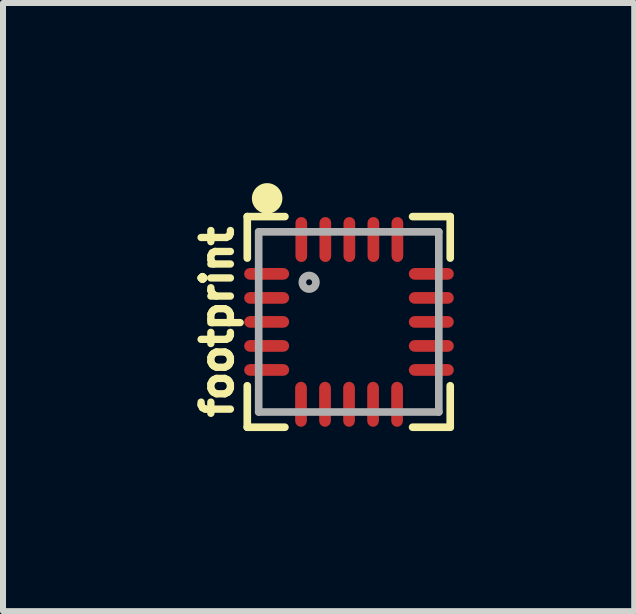
<source format=kicad_pcb>
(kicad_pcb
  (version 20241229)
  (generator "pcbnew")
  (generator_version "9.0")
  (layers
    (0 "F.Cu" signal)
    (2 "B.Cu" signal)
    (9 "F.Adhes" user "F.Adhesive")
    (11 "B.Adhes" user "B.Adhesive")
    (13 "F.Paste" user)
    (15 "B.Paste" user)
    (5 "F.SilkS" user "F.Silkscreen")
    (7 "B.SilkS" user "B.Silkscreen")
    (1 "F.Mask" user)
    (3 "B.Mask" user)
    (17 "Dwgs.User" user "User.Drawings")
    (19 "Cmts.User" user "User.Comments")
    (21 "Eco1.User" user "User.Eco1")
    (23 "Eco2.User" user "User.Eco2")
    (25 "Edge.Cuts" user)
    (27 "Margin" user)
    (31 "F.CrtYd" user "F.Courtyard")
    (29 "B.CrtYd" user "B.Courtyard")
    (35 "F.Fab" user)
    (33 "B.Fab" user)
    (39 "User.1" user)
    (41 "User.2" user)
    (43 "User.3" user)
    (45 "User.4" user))
  (footprint "footprint"
    (layer "F.Cu")
    (at 2.758 2.311)
    (property "Reference" "footprint" (at -1.905 0 90) (layer "F.SilkS") (effects (font (size 0.488 0.488) (thickness 0.122)) (justify bottom)))
    (fp_poly (pts (xy -1.676 1.702) (xy 1.702 1.702) (xy 1.702 -1.702) (xy -1.676 -1.702)) (stroke (width 0) (type solid)) (fill yes) (layer "F.Mask"))
    (fp_line (start -1.69 -1.754) (end -1.063 -1.754) (stroke (width 0.127) (type solid)) (layer "F.SilkS"))
    (fp_line (start -1.69 -1.063) (end -1.69 -1.754) (stroke (width 0.127) (type solid)) (layer "F.SilkS"))
    (fp_line (start -1.69 1.063) (end -1.69 1.754) (stroke (width 0.127) (type solid)) (layer "F.SilkS"))
    (fp_line (start -1.69 1.754) (end -1.063 1.754) (stroke (width 0.127) (type solid)) (layer "F.SilkS"))
    (fp_line (start 1.69 -1.754) (end 1.063 -1.754) (stroke (width 0.127) (type solid)) (layer "F.SilkS"))
    (fp_line (start 1.69 -1.063) (end 1.69 -1.754) (stroke (width 0.127) (type solid)) (layer "F.SilkS"))
    (fp_line (start 1.69 1.063) (end 1.69 1.754) (stroke (width 0.127) (type solid)) (layer "F.SilkS"))
    (fp_line (start 1.69 1.754) (end 1.063 1.754) (stroke (width 0.127) (type solid)) (layer "F.SilkS"))
    (fp_circle (center -1.359 -2.057) (end -1.232 -2.057) (stroke (width 0.254) (type solid)) (fill yes) (layer "F.SilkS"))
    (fp_line (start -1.5 1.5) (end -1.5 -1.5) (stroke (width 0.127) (type solid)) (layer "F.Fab"))
    (fp_line (start -1.5 1.5) (end 1.5 1.5) (stroke (width 0.127) (type solid)) (layer "F.Fab"))
    (fp_line (start 1.5 -1.5) (end -1.5 -1.5) (stroke (width 0.127) (type solid)) (layer "F.Fab"))
    (fp_line (start 1.5 -1.5) (end 1.5 1.5) (stroke (width 0.127) (type solid)) (layer "F.Fab"))
    (fp_circle (center -0.66 -0.66) (end -0.61 -0.66) (stroke (width 0.127) (type solid)) (fill no) (layer "F.Fab"))
    (pad "1" smd roundrect (at -1.367 -0.8 90) (size 0.195 0.75) (layers "F.Cu" "F.Mask" "F.Paste") (roundrect_rratio 0.5))
    (pad "2" smd roundrect (at -1.367 -0.4 90) (size 0.195 0.75) (layers "F.Cu" "F.Mask" "F.Paste") (roundrect_rratio 0.5))
    (pad "3" smd roundrect (at -1.367 0 90) (size 0.195 0.75) (layers "F.Cu" "F.Mask" "F.Paste") (roundrect_rratio 0.5))
    (pad "4" smd roundrect (at -1.367 0.4 90) (size 0.195 0.75) (layers "F.Cu" "F.Mask" "F.Paste") (roundrect_rratio 0.5))
    (pad "5" smd roundrect (at -1.367 0.8 90) (size 0.195 0.75) (layers "F.Cu" "F.Mask" "F.Paste") (roundrect_rratio 0.5))
    (pad "6" smd roundrect (at -0.795 1.372 180) (size 0.195 0.75) (layers "F.Cu" "F.Mask" "F.Paste") (roundrect_rratio 0.5))
    (pad "7" smd roundrect (at -0.395 1.372 180) (size 0.195 0.75) (layers "F.Cu" "F.Mask" "F.Paste") (roundrect_rratio 0.5))
    (pad "8" smd roundrect (at 0.005 1.372 180) (size 0.195 0.75) (layers "F.Cu" "F.Mask" "F.Paste") (roundrect_rratio 0.5))
    (pad "9" smd roundrect (at 0.405 1.372 180) (size 0.195 0.75) (layers "F.Cu" "F.Mask" "F.Paste") (roundrect_rratio 0.5))
    (pad "10" smd roundrect (at 0.805 1.372 180) (size 0.195 0.75) (layers "F.Cu" "F.Mask" "F.Paste") (roundrect_rratio 0.5))
    (pad "11" smd roundrect (at 1.375 0.8 270) (size 0.195 0.75) (layers "F.Cu" "F.Mask" "F.Paste") (roundrect_rratio 0.5))
    (pad "12" smd roundrect (at 1.375 0.4 270) (size 0.195 0.75) (layers "F.Cu" "F.Mask" "F.Paste") (roundrect_rratio 0.5))
    (pad "13" smd roundrect (at 1.375 0 270) (size 0.195 0.75) (layers "F.Cu" "F.Mask" "F.Paste") (roundrect_rratio 0.5))
    (pad "14" smd roundrect (at 1.375 -0.4 270) (size 0.195 0.75) (layers "F.Cu" "F.Mask" "F.Paste") (roundrect_rratio 0.5))
    (pad "15" smd roundrect (at 1.375 -0.8 270) (size 0.195 0.75) (layers "F.Cu" "F.Mask" "F.Paste") (roundrect_rratio 0.5))
    (pad "16" smd roundrect (at 0.81 -1.372) (size 0.195 0.75) (layers "F.Cu" "F.Mask" "F.Paste") (roundrect_rratio 0.5))
    (pad "17" smd roundrect (at 0.41 -1.372) (size 0.195 0.75) (layers "F.Cu" "F.Mask" "F.Paste") (roundrect_rratio 0.5))
    (pad "18" smd roundrect (at 0.01 -1.372) (size 0.195 0.75) (layers "F.Cu" "F.Mask" "F.Paste") (roundrect_rratio 0.5))
    (pad "19" smd roundrect (at -0.39 -1.372) (size 0.195 0.75) (layers "F.Cu" "F.Mask" "F.Paste") (roundrect_rratio 0.5))
    (pad "20" smd roundrect (at -0.79 -1.372) (size 0.195 0.75) (layers "F.Cu" "F.Mask" "F.Paste") (roundrect_rratio 0.5)))
  (gr_rect
    (start -3 -3)
    (end 7.512 7.128)
    (stroke (width 0.1) (type default))
    (fill no)
    (layer "Edge.Cuts")))
</source>
